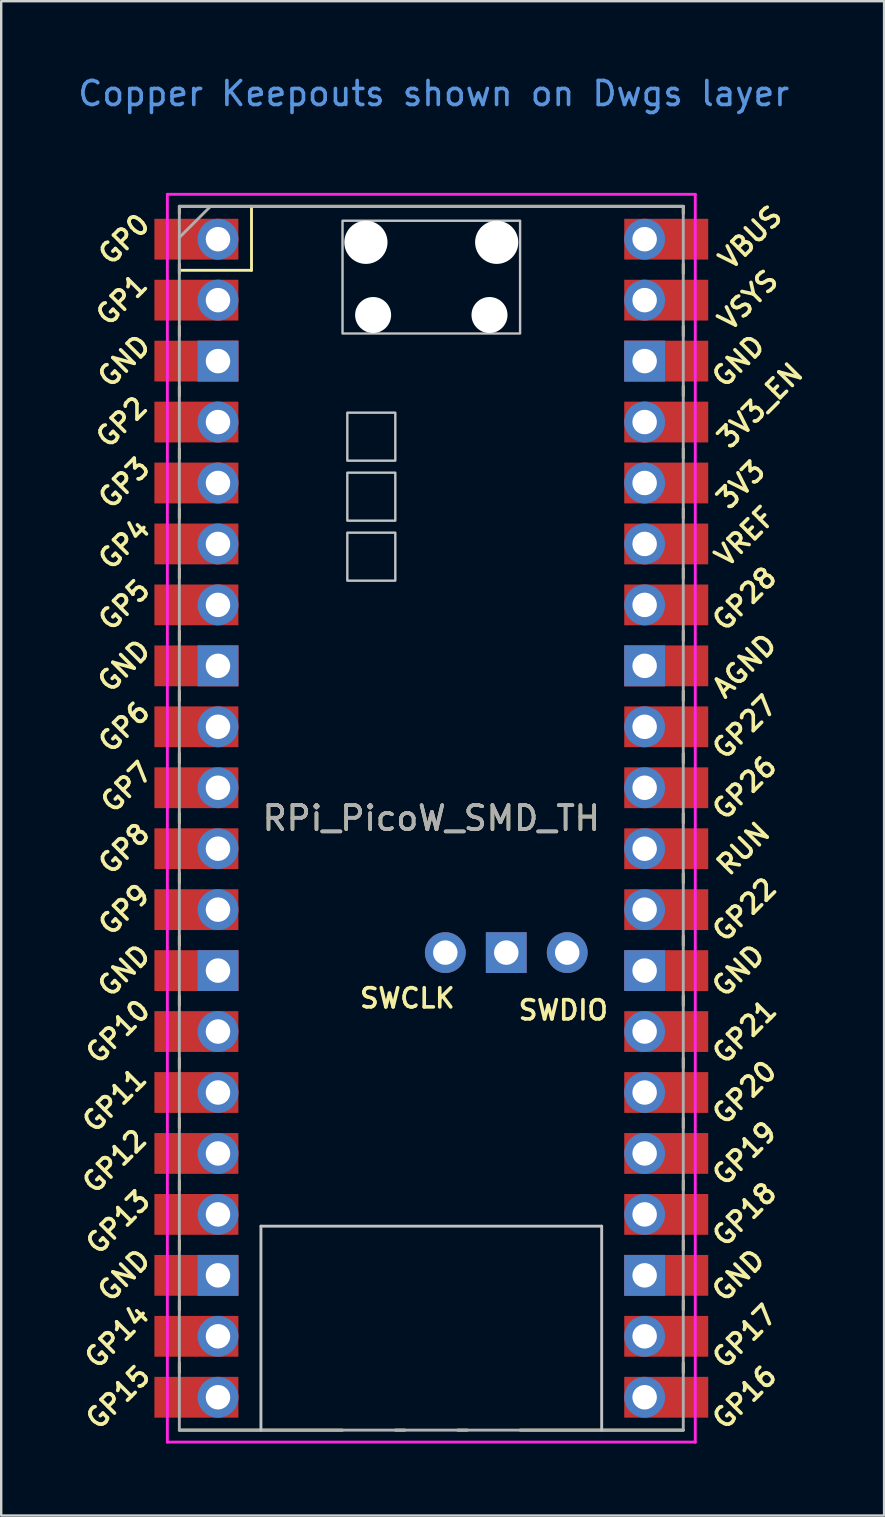
<source format=kicad_pcb>
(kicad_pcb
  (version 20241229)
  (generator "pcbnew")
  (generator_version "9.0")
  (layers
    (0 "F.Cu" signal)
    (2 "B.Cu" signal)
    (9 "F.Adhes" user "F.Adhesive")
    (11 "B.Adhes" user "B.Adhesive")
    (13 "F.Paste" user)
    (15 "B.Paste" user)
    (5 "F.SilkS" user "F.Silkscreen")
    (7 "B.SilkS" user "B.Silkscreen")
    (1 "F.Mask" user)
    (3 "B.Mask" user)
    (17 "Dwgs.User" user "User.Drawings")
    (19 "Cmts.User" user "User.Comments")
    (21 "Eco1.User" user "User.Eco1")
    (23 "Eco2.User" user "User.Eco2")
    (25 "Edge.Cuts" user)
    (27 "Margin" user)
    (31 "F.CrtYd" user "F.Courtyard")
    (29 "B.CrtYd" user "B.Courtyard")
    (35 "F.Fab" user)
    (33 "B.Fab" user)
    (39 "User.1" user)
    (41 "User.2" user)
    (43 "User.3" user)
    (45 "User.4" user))
  (footprint "RPi_PicoW_SMD_TH"
    (layer "F.Cu")
    (at 14.924 31.048)
    (property "Reference" "RPi_PicoW_SMD_TH" (at 0 0 0) (layer "F.SilkS") (effects (font (size 1 1) (thickness 0.15))))
    (attr through_hole)
    (fp_line (start -10.5 -25.5) (end -10.5 -25.2) (stroke (width 0.12) (type solid)) (layer "F.SilkS"))
    (fp_line (start -10.5 -25.5) (end 10.5 -25.5) (stroke (width 0.12) (type solid)) (layer "F.SilkS"))
    (fp_line (start -10.5 -23.1) (end -10.5 -22.7) (stroke (width 0.12) (type solid)) (layer "F.SilkS"))
    (fp_line (start -10.5 -22.833) (end -7.493 -22.833) (stroke (width 0.12) (type solid)) (layer "F.SilkS"))
    (fp_line (start -10.5 -20.5) (end -10.5 -20.1) (stroke (width 0.12) (type solid)) (layer "F.SilkS"))
    (fp_line (start -10.5 -18) (end -10.5 -17.6) (stroke (width 0.12) (type solid)) (layer "F.SilkS"))
    (fp_line (start -10.5 -15.4) (end -10.5 -15) (stroke (width 0.12) (type solid)) (layer "F.SilkS"))
    (fp_line (start -10.5 -12.9) (end -10.5 -12.5) (stroke (width 0.12) (type solid)) (layer "F.SilkS"))
    (fp_line (start -10.5 -10.4) (end -10.5 -10) (stroke (width 0.12) (type solid)) (layer "F.SilkS"))
    (fp_line (start -10.5 -7.8) (end -10.5 -7.4) (stroke (width 0.12) (type solid)) (layer "F.SilkS"))
    (fp_line (start -10.5 -5.3) (end -10.5 -4.9) (stroke (width 0.12) (type solid)) (layer "F.SilkS"))
    (fp_line (start -10.5 -2.7) (end -10.5 -2.3) (stroke (width 0.12) (type solid)) (layer "F.SilkS"))
    (fp_line (start -10.5 -0.2) (end -10.5 0.2) (stroke (width 0.12) (type solid)) (layer "F.SilkS"))
    (fp_line (start -10.5 2.3) (end -10.5 2.7) (stroke (width 0.12) (type solid)) (layer "F.SilkS"))
    (fp_line (start -10.5 4.9) (end -10.5 5.3) (stroke (width 0.12) (type solid)) (layer "F.SilkS"))
    (fp_line (start -10.5 7.4) (end -10.5 7.8) (stroke (width 0.12) (type solid)) (layer "F.SilkS"))
    (fp_line (start -10.5 10) (end -10.5 10.4) (stroke (width 0.12) (type solid)) (layer "F.SilkS"))
    (fp_line (start -10.5 12.5) (end -10.5 12.9) (stroke (width 0.12) (type solid)) (layer "F.SilkS"))
    (fp_line (start -10.5 15.1) (end -10.5 15.5) (stroke (width 0.12) (type solid)) (layer "F.SilkS"))
    (fp_line (start -10.5 17.6) (end -10.5 18) (stroke (width 0.12) (type solid)) (layer "F.SilkS"))
    (fp_line (start -10.5 20.1) (end -10.5 20.5) (stroke (width 0.12) (type solid)) (layer "F.SilkS"))
    (fp_line (start -10.5 22.7) (end -10.5 23.1) (stroke (width 0.12) (type solid)) (layer "F.SilkS"))
    (fp_line (start -7.493 -22.833) (end -7.493 -25.5) (stroke (width 0.12) (type solid)) (layer "F.SilkS"))
    (fp_line (start -3.7 25.5) (end -10.5 25.5) (stroke (width 0.12) (type solid)) (layer "F.SilkS"))
    (fp_line (start -1.5 25.5) (end -1.1 25.5) (stroke (width 0.12) (type solid)) (layer "F.SilkS"))
    (fp_line (start 1.1 25.5) (end 1.5 25.5) (stroke (width 0.12) (type solid)) (layer "F.SilkS"))
    (fp_line (start 10.5 -25.5) (end 10.5 -25.2) (stroke (width 0.12) (type solid)) (layer "F.SilkS"))
    (fp_line (start 10.5 -23.1) (end 10.5 -22.7) (stroke (width 0.12) (type solid)) (layer "F.SilkS"))
    (fp_line (start 10.5 -20.5) (end 10.5 -20.1) (stroke (width 0.12) (type solid)) (layer "F.SilkS"))
    (fp_line (start 10.5 -18) (end 10.5 -17.6) (stroke (width 0.12) (type solid)) (layer "F.SilkS"))
    (fp_line (start 10.5 -15.4) (end 10.5 -15) (stroke (width 0.12) (type solid)) (layer "F.SilkS"))
    (fp_line (start 10.5 -12.9) (end 10.5 -12.5) (stroke (width 0.12) (type solid)) (layer "F.SilkS"))
    (fp_line (start 10.5 -10.4) (end 10.5 -10) (stroke (width 0.12) (type solid)) (layer "F.SilkS"))
    (fp_line (start 10.5 -7.8) (end 10.5 -7.4) (stroke (width 0.12) (type solid)) (layer "F.SilkS"))
    (fp_line (start 10.5 -5.3) (end 10.5 -4.9) (stroke (width 0.12) (type solid)) (layer "F.SilkS"))
    (fp_line (start 10.5 -2.7) (end 10.5 -2.3) (stroke (width 0.12) (type solid)) (layer "F.SilkS"))
    (fp_line (start 10.5 -0.2) (end 10.5 0.2) (stroke (width 0.12) (type solid)) (layer "F.SilkS"))
    (fp_line (start 10.5 2.3) (end 10.5 2.7) (stroke (width 0.12) (type solid)) (layer "F.SilkS"))
    (fp_line (start 10.5 4.9) (end 10.5 5.3) (stroke (width 0.12) (type solid)) (layer "F.SilkS"))
    (fp_line (start 10.5 7.4) (end 10.5 7.8) (stroke (width 0.12) (type solid)) (layer "F.SilkS"))
    (fp_line (start 10.5 10) (end 10.5 10.4) (stroke (width 0.12) (type solid)) (layer "F.SilkS"))
    (fp_line (start 10.5 12.5) (end 10.5 12.9) (stroke (width 0.12) (type solid)) (layer "F.SilkS"))
    (fp_line (start 10.5 15.1) (end 10.5 15.5) (stroke (width 0.12) (type solid)) (layer "F.SilkS"))
    (fp_line (start 10.5 17.6) (end 10.5 18) (stroke (width 0.12) (type solid)) (layer "F.SilkS"))
    (fp_line (start 10.5 20.1) (end 10.5 20.5) (stroke (width 0.12) (type solid)) (layer "F.SilkS"))
    (fp_line (start 10.5 22.7) (end 10.5 23.1) (stroke (width 0.12) (type solid)) (layer "F.SilkS"))
    (fp_line (start 10.5 25.5) (end 3.7 25.5) (stroke (width 0.12) (type solid)) (layer "F.SilkS"))
    (fp_line (start -7.1 17) (end 7.1 17) (stroke (width 0.12) (type solid)) (layer "Dwgs.User"))
    (fp_line (start -7.1 25.5) (end -7.1 17) (stroke (width 0.12) (type solid)) (layer "Dwgs.User"))
    (fp_line (start 7.1 17) (end 7.1 25.5) (stroke (width 0.12) (type solid)) (layer "Dwgs.User"))
    (fp_poly (pts (xy -1.5 -14.9) (xy -3.5 -14.9) (xy -3.5 -16.9) (xy -1.5 -16.9)) (stroke (width 0.1) (type solid)) (fill no) (layer "Dwgs.User"))
    (fp_poly (pts (xy -1.5 -12.4) (xy -3.5 -12.4) (xy -3.5 -14.4) (xy -1.5 -14.4)) (stroke (width 0.1) (type solid)) (fill no) (layer "Dwgs.User"))
    (fp_poly (pts (xy -1.5 -9.9) (xy -3.5 -9.9) (xy -3.5 -11.9) (xy -1.5 -11.9)) (stroke (width 0.1) (type solid)) (fill no) (layer "Dwgs.User"))
    (fp_poly (pts (xy 3.7 -20.2) (xy -3.7 -20.2) (xy -3.7 -24.9) (xy 3.7 -24.9)) (stroke (width 0.1) (type solid)) (fill no) (layer "Dwgs.User"))
    (fp_line (start -11 -26) (end 11 -26) (stroke (width 0.12) (type solid)) (layer "F.CrtYd"))
    (fp_line (start -11 26) (end -11 -26) (stroke (width 0.12) (type solid)) (layer "F.CrtYd"))
    (fp_line (start 11 -26) (end 11 26) (stroke (width 0.12) (type solid)) (layer "F.CrtYd"))
    (fp_line (start 11 26) (end -11 26) (stroke (width 0.12) (type solid)) (layer "F.CrtYd"))
    (fp_line (start -10.5 -25.5) (end 10.5 -25.5) (stroke (width 0.12) (type solid)) (layer "F.Fab"))
    (fp_line (start -10.5 -24.2) (end -9.2 -25.5) (stroke (width 0.12) (type solid)) (layer "F.Fab"))
    (fp_line (start -10.5 25.5) (end -10.5 -25.5) (stroke (width 0.12) (type solid)) (layer "F.Fab"))
    (fp_line (start 10.5 -25.5) (end 10.5 25.5) (stroke (width 0.12) (type solid)) (layer "F.Fab"))
    (fp_line (start 10.5 25.5) (end -10.5 25.5) (stroke (width 0.12) (type solid)) (layer "F.Fab"))
    (fp_text user "GP16" (at 13.054 24.13 45) (layer "F.SilkS") (effects (font (size 0.8 0.8) (thickness 0.15))))
    (fp_text user "GP2" (at -12.9 -16.51 45) (layer "F.SilkS") (effects (font (size 0.8 0.8) (thickness 0.15))))
    (fp_text user "VREF" (at 13.068 -11.742 45) (layer "F.SilkS") (effects (font (size 0.8 0.8) (thickness 0.15))))
    (fp_text user "RUN" (at 13 1.27 45) (layer "F.SilkS") (effects (font (size 0.8 0.8) (thickness 0.15))))
    (fp_text user "GP15" (at -13.054 24.13 45) (layer "F.SilkS") (effects (font (size 0.8 0.8) (thickness 0.15))))
    (fp_text user "GP20" (at 13.054 11.43 45) (layer "F.SilkS") (effects (font (size 0.8 0.8) (thickness 0.15))))
    (fp_text user "GND" (at -12.8 -6.35 45) (layer "F.SilkS") (effects (font (size 0.8 0.8) (thickness 0.15))))
    (fp_text user "GND" (at 12.8 6.35 45) (layer "F.SilkS") (effects (font (size 0.8 0.8) (thickness 0.15))))
    (fp_text user "SWCLK" (at -1 7.5 0) (layer "F.SilkS") (effects (font (size 0.8 0.8) (thickness 0.15))))
    (fp_text user "VBUS" (at 13.3 -24.2 45) (layer "F.SilkS") (effects (font (size 0.8 0.8) (thickness 0.15))))
    (fp_text user "GND" (at -12.8 6.35 45) (layer "F.SilkS") (effects (font (size 0.8 0.8) (thickness 0.15))))
    (fp_text user "GND" (at 12.8 -19.05 45) (layer "F.SilkS") (effects (font (size 0.8 0.8) (thickness 0.15))))
    (fp_text user "GP21" (at 13.054 8.9 45) (layer "F.SilkS") (effects (font (size 0.8 0.8) (thickness 0.15))))
    (fp_text user "GP13" (at -13.054 16.832 45) (layer "F.SilkS") (effects (font (size 0.8 0.8) (thickness 0.15))))
    (fp_text user "3V3" (at 12.9 -13.9 45) (layer "F.SilkS") (effects (font (size 0.8 0.8) (thickness 0.15))))
    (fp_text user "AGND" (at 13.054 -6.35 45) (layer "F.SilkS") (effects (font (size 0.8 0.8) (thickness 0.15))))
    (fp_text user "GP8" (at -12.8 1.27 45) (layer "F.SilkS") (effects (font (size 0.8 0.8) (thickness 0.15))))
    (fp_text user "GP11" (at -13.2 11.752 45) (layer "F.SilkS") (effects (font (size 0.8 0.8) (thickness 0.15))))
    (fp_text user "3V3_EN" (at 13.7 -17.2 45) (layer "F.SilkS") (effects (font (size 0.8 0.8) (thickness 0.15))))
    (fp_text user "GP3" (at -12.8 -13.97 45) (layer "F.SilkS") (effects (font (size 0.8 0.8) (thickness 0.15))))
    (fp_text user "GP18" (at 13.054 16.51 45) (layer "F.SilkS") (effects (font (size 0.8 0.8) (thickness 0.15))))
    (fp_text user "GP9" (at -12.8 3.81 45) (layer "F.SilkS") (effects (font (size 0.8 0.8) (thickness 0.15))))
    (fp_text user "GP17" (at 13.054 21.59 45) (layer "F.SilkS") (effects (font (size 0.8 0.8) (thickness 0.15))))
    (fp_text user "GP19" (at 13.054 13.97 45) (layer "F.SilkS") (effects (font (size 0.8 0.8) (thickness 0.15))))
    (fp_text user "GND" (at 12.8 19.05 45) (layer "F.SilkS") (effects (font (size 0.8 0.8) (thickness 0.15))))
    (fp_text user "GP12" (at -13.2 14.293 45) (layer "F.SilkS") (effects (font (size 0.8 0.8) (thickness 0.15))))
    (fp_text user "GP6" (at -12.8 -3.81 45) (layer "F.SilkS") (effects (font (size 0.8 0.8) (thickness 0.15))))
    (fp_text user "GP26" (at 13.054 -1.27 45) (layer "F.SilkS") (effects (font (size 0.8 0.8) (thickness 0.15))))
    (fp_text user "GND" (at -12.8 -19.05 45) (layer "F.SilkS") (effects (font (size 0.8 0.8) (thickness 0.15))))
    (fp_text user "GP28" (at 13.054 -9.144 45) (layer "F.SilkS") (effects (font (size 0.8 0.8) (thickness 0.15))))
    (fp_text user "GP4" (at -12.8 -11.43 45) (layer "F.SilkS") (effects (font (size 0.8 0.8) (thickness 0.15))))
    (fp_text user "GP1" (at -12.9 -21.6 45) (layer "F.SilkS") (effects (font (size 0.8 0.8) (thickness 0.15))))
    (fp_text user "GP0" (at -12.8 -24.13 45) (layer "F.SilkS") (effects (font (size 0.8 0.8) (thickness 0.15))))
    (fp_text user "GP7" (at -12.7 -1.3 45) (layer "F.SilkS") (effects (font (size 0.8 0.8) (thickness 0.15))))
    (fp_text user "GP10" (at -13.054 8.89 45) (layer "F.SilkS") (effects (font (size 0.8 0.8) (thickness 0.15))))
    (fp_text user "GP14" (at -13.1 21.59 45) (layer "F.SilkS") (effects (font (size 0.8 0.8) (thickness 0.15))))
    (fp_text user "GP5" (at -12.8 -8.89 45) (layer "F.SilkS") (effects (font (size 0.8 0.8) (thickness 0.15))))
    (fp_text user "GP27" (at 13.054 -3.8 45) (layer "F.SilkS") (effects (font (size 0.8 0.8) (thickness 0.15))))
    (fp_text user "GND" (at -12.8 19.05 45) (layer "F.SilkS") (effects (font (size 0.8 0.8) (thickness 0.15))))
    (fp_text user "VSYS" (at 13.2 -21.59 45) (layer "F.SilkS") (effects (font (size 0.8 0.8) (thickness 0.15))))
    (fp_text user "GP22" (at 13.054 3.81 45) (layer "F.SilkS") (effects (font (size 0.8 0.8) (thickness 0.15))))
    (fp_text user "SWDIO" (at 5.5 8 0) (layer "F.SilkS") (effects (font (size 0.8 0.8) (thickness 0.15))))
    (fp_text user "Copper Keepouts shown on Dwgs layer" (at 0.1 -30.2 0) (layer "Cmts.User") (effects (font (size 1 1) (thickness 0.15))))
    (fp_text user "${REFERENCE}" (at 0 0 180) (layer "F.Fab") (effects (font (size 1 1) (thickness 0.15))))
    (pad "" np_thru_hole oval (at -2.725 -24) (size 1.8 1.8) (drill 1.8) (layers "*.Cu" "*.Mask"))
    (pad "" np_thru_hole oval (at -2.425 -20.97) (size 1.5 1.5) (drill 1.5) (layers "*.Cu" "*.Mask"))
    (pad "" np_thru_hole oval (at 2.425 -20.97) (size 1.5 1.5) (drill 1.5) (layers "*.Cu" "*.Mask"))
    (pad "" np_thru_hole oval (at 2.725 -24) (size 1.8 1.8) (drill 1.8) (layers "*.Cu" "*.Mask"))
    (pad "1" thru_hole oval (at -8.89 -24.13) (size 1.7 1.7) (drill 1.02) (layers "*.Cu" "*.Mask"))
    (pad "1" smd rect (at -8.89 -24.13) (size 3.5 1.7) (drill (offset -0.9 0)) (layers "F.Cu" "F.Mask"))
    (pad "2" thru_hole oval (at -8.89 -21.59) (size 1.7 1.7) (drill 1.02) (layers "*.Cu" "*.Mask"))
    (pad "2" smd rect (at -8.89 -21.59) (size 3.5 1.7) (drill (offset -0.9 0)) (layers "F.Cu" "F.Mask"))
    (pad "3" thru_hole rect (at -8.89 -19.05) (size 1.7 1.7) (drill 1.02) (layers "*.Cu" "*.Mask"))
    (pad "3" smd rect (at -8.89 -19.05) (size 3.5 1.7) (drill (offset -0.9 0)) (layers "F.Cu" "F.Mask"))
    (pad "4" thru_hole oval (at -8.89 -16.51) (size 1.7 1.7) (drill 1.02) (layers "*.Cu" "*.Mask"))
    (pad "4" smd rect (at -8.89 -16.51) (size 3.5 1.7) (drill (offset -0.9 0)) (layers "F.Cu" "F.Mask"))
    (pad "5" thru_hole oval (at -8.89 -13.97) (size 1.7 1.7) (drill 1.02) (layers "*.Cu" "*.Mask"))
    (pad "5" smd rect (at -8.89 -13.97) (size 3.5 1.7) (drill (offset -0.9 0)) (layers "F.Cu" "F.Mask"))
    (pad "6" thru_hole oval (at -8.89 -11.43) (size 1.7 1.7) (drill 1.02) (layers "*.Cu" "*.Mask"))
    (pad "6" smd rect (at -8.89 -11.43) (size 3.5 1.7) (drill (offset -0.9 0)) (layers "F.Cu" "F.Mask"))
    (pad "7" thru_hole oval (at -8.89 -8.89) (size 1.7 1.7) (drill 1.02) (layers "*.Cu" "*.Mask"))
    (pad "7" smd rect (at -8.89 -8.89) (size 3.5 1.7) (drill (offset -0.9 0)) (layers "F.Cu" "F.Mask"))
    (pad "8" thru_hole rect (at -8.89 -6.35) (size 1.7 1.7) (drill 1.02) (layers "*.Cu" "*.Mask"))
    (pad "8" smd rect (at -8.89 -6.35) (size 3.5 1.7) (drill (offset -0.9 0)) (layers "F.Cu" "F.Mask"))
    (pad "9" thru_hole oval (at -8.89 -3.81) (size 1.7 1.7) (drill 1.02) (layers "*.Cu" "*.Mask"))
    (pad "9" smd rect (at -8.89 -3.81) (size 3.5 1.7) (drill (offset -0.9 0)) (layers "F.Cu" "F.Mask"))
    (pad "10" thru_hole oval (at -8.89 -1.27) (size 1.7 1.7) (drill 1.02) (layers "*.Cu" "*.Mask"))
    (pad "10" smd rect (at -8.89 -1.27) (size 3.5 1.7) (drill (offset -0.9 0)) (layers "F.Cu" "F.Mask"))
    (pad "11" thru_hole oval (at -8.89 1.27) (size 1.7 1.7) (drill 1.02) (layers "*.Cu" "*.Mask"))
    (pad "11" smd rect (at -8.89 1.27) (size 3.5 1.7) (drill (offset -0.9 0)) (layers "F.Cu" "F.Mask"))
    (pad "12" thru_hole oval (at -8.89 3.81) (size 1.7 1.7) (drill 1.02) (layers "*.Cu" "*.Mask"))
    (pad "12" smd rect (at -8.89 3.81) (size 3.5 1.7) (drill (offset -0.9 0)) (layers "F.Cu" "F.Mask"))
    (pad "13" thru_hole rect (at -8.89 6.35) (size 1.7 1.7) (drill 1.02) (layers "*.Cu" "*.Mask"))
    (pad "13" smd rect (at -8.89 6.35) (size 3.5 1.7) (drill (offset -0.9 0)) (layers "F.Cu" "F.Mask"))
    (pad "14" thru_hole oval (at -8.89 8.89) (size 1.7 1.7) (drill 1.02) (layers "*.Cu" "*.Mask"))
    (pad "14" smd rect (at -8.89 8.89) (size 3.5 1.7) (drill (offset -0.9 0)) (layers "F.Cu" "F.Mask"))
    (pad "15" thru_hole oval (at -8.89 11.43) (size 1.7 1.7) (drill 1.02) (layers "*.Cu" "*.Mask"))
    (pad "15" smd rect (at -8.89 11.43) (size 3.5 1.7) (drill (offset -0.9 0)) (layers "F.Cu" "F.Mask"))
    (pad "16" thru_hole oval (at -8.89 13.97) (size 1.7 1.7) (drill 1.02) (layers "*.Cu" "*.Mask"))
    (pad "16" smd rect (at -8.89 13.97) (size 3.5 1.7) (drill (offset -0.9 0)) (layers "F.Cu" "F.Mask"))
    (pad "17" thru_hole oval (at -8.89 16.51) (size 1.7 1.7) (drill 1.02) (layers "*.Cu" "*.Mask"))
    (pad "17" smd rect (at -8.89 16.51) (size 3.5 1.7) (drill (offset -0.9 0)) (layers "F.Cu" "F.Mask"))
    (pad "18" thru_hole rect (at -8.89 19.05) (size 1.7 1.7) (drill 1.02) (layers "*.Cu" "*.Mask"))
    (pad "18" smd rect (at -8.89 19.05) (size 3.5 1.7) (drill (offset -0.9 0)) (layers "F.Cu" "F.Mask"))
    (pad "19" thru_hole oval (at -8.89 21.59) (size 1.7 1.7) (drill 1.02) (layers "*.Cu" "*.Mask"))
    (pad "19" smd rect (at -8.89 21.59) (size 3.5 1.7) (drill (offset -0.9 0)) (layers "F.Cu" "F.Mask"))
    (pad "20" thru_hole oval (at -8.89 24.13) (size 1.7 1.7) (drill 1.02) (layers "*.Cu" "*.Mask"))
    (pad "20" smd rect (at -8.89 24.13) (size 3.5 1.7) (drill (offset -0.9 0)) (layers "F.Cu" "F.Mask"))
    (pad "21" thru_hole oval (at 8.89 24.13) (size 1.7 1.7) (drill 1.02) (layers "*.Cu" "*.Mask"))
    (pad "21" smd rect (at 8.89 24.13) (size 3.5 1.7) (drill (offset 0.9 0)) (layers "F.Cu" "F.Mask"))
    (pad "22" thru_hole oval (at 8.89 21.59) (size 1.7 1.7) (drill 1.02) (layers "*.Cu" "*.Mask"))
    (pad "22" smd rect (at 8.89 21.59) (size 3.5 1.7) (drill (offset 0.9 0)) (layers "F.Cu" "F.Mask"))
    (pad "23" thru_hole rect (at 8.89 19.05) (size 1.7 1.7) (drill 1.02) (layers "*.Cu" "*.Mask"))
    (pad "23" smd rect (at 8.89 19.05) (size 3.5 1.7) (drill (offset 0.9 0)) (layers "F.Cu" "F.Mask"))
    (pad "24" thru_hole oval (at 8.89 16.51) (size 1.7 1.7) (drill 1.02) (layers "*.Cu" "*.Mask"))
    (pad "24" smd rect (at 8.89 16.51) (size 3.5 1.7) (drill (offset 0.9 0)) (layers "F.Cu" "F.Mask"))
    (pad "25" thru_hole oval (at 8.89 13.97) (size 1.7 1.7) (drill 1.02) (layers "*.Cu" "*.Mask"))
    (pad "25" smd rect (at 8.89 13.97) (size 3.5 1.7) (drill (offset 0.9 0)) (layers "F.Cu" "F.Mask"))
    (pad "26" thru_hole oval (at 8.89 11.43) (size 1.7 1.7) (drill 1.02) (layers "*.Cu" "*.Mask"))
    (pad "26" smd rect (at 8.89 11.43) (size 3.5 1.7) (drill (offset 0.9 0)) (layers "F.Cu" "F.Mask"))
    (pad "27" thru_hole oval (at 8.89 8.89) (size 1.7 1.7) (drill 1.02) (layers "*.Cu" "*.Mask"))
    (pad "27" smd rect (at 8.89 8.89) (size 3.5 1.7) (drill (offset 0.9 0)) (layers "F.Cu" "F.Mask"))
    (pad "28" thru_hole rect (at 8.89 6.35) (size 1.7 1.7) (drill 1.02) (layers "*.Cu" "*.Mask"))
    (pad "28" smd rect (at 8.89 6.35) (size 3.5 1.7) (drill (offset 0.9 0)) (layers "F.Cu" "F.Mask"))
    (pad "29" thru_hole oval (at 8.89 3.81) (size 1.7 1.7) (drill 1.02) (layers "*.Cu" "*.Mask"))
    (pad "29" smd rect (at 8.89 3.81) (size 3.5 1.7) (drill (offset 0.9 0)) (layers "F.Cu" "F.Mask"))
    (pad "30" thru_hole oval (at 8.89 1.27) (size 1.7 1.7) (drill 1.02) (layers "*.Cu" "*.Mask"))
    (pad "30" smd rect (at 8.89 1.27) (size 3.5 1.7) (drill (offset 0.9 0)) (layers "F.Cu" "F.Mask"))
    (pad "31" thru_hole oval (at 8.89 -1.27) (size 1.7 1.7) (drill 1.02) (layers "*.Cu" "*.Mask"))
    (pad "31" smd rect (at 8.89 -1.27) (size 3.5 1.7) (drill (offset 0.9 0)) (layers "F.Cu" "F.Mask"))
    (pad "32" thru_hole oval (at 8.89 -3.81) (size 1.7 1.7) (drill 1.02) (layers "*.Cu" "*.Mask"))
    (pad "32" smd rect (at 8.89 -3.81) (size 3.5 1.7) (drill (offset 0.9 0)) (layers "F.Cu" "F.Mask"))
    (pad "33" thru_hole rect (at 8.89 -6.35) (size 1.7 1.7) (drill 1.02) (layers "*.Cu" "*.Mask"))
    (pad "33" smd rect (at 8.89 -6.35) (size 3.5 1.7) (drill (offset 0.9 0)) (layers "F.Cu" "F.Mask"))
    (pad "34" thru_hole oval (at 8.89 -8.89) (size 1.7 1.7) (drill 1.02) (layers "*.Cu" "*.Mask"))
    (pad "34" smd rect (at 8.89 -8.89) (size 3.5 1.7) (drill (offset 0.9 0)) (layers "F.Cu" "F.Mask"))
    (pad "35" thru_hole oval (at 8.89 -11.43) (size 1.7 1.7) (drill 1.02) (layers "*.Cu" "*.Mask"))
    (pad "35" smd rect (at 8.89 -11.43) (size 3.5 1.7) (drill (offset 0.9 0)) (layers "F.Cu" "F.Mask"))
    (pad "36" thru_hole oval (at 8.89 -13.97) (size 1.7 1.7) (drill 1.02) (layers "*.Cu" "*.Mask"))
    (pad "36" smd rect (at 8.89 -13.97) (size 3.5 1.7) (drill (offset 0.9 0)) (layers "F.Cu" "F.Mask"))
    (pad "37" thru_hole oval (at 8.89 -16.51) (size 1.7 1.7) (drill 1.02) (layers "*.Cu" "*.Mask"))
    (pad "37" smd rect (at 8.89 -16.51) (size 3.5 1.7) (drill (offset 0.9 0)) (layers "F.Cu" "F.Mask"))
    (pad "38" thru_hole rect (at 8.89 -19.05) (size 1.7 1.7) (drill 1.02) (layers "*.Cu" "*.Mask"))
    (pad "38" smd rect (at 8.89 -19.05) (size 3.5 1.7) (drill (offset 0.9 0)) (layers "F.Cu" "F.Mask"))
    (pad "39" thru_hole oval (at 8.89 -21.59) (size 1.7 1.7) (drill 1.02) (layers "*.Cu" "*.Mask"))
    (pad "39" smd rect (at 8.89 -21.59) (size 3.5 1.7) (drill (offset 0.9 0)) (layers "F.Cu" "F.Mask"))
    (pad "40" thru_hole oval (at 8.89 -24.13) (size 1.7 1.7) (drill 1.02) (layers "*.Cu" "*.Mask"))
    (pad "40" smd rect (at 8.89 -24.13) (size 3.5 1.7) (drill (offset 0.9 0)) (layers "F.Cu" "F.Mask"))
    (pad "41" thru_hole oval (at 0.584 5.6) (size 1.7 1.7) (drill 1.02) (layers "*.Cu" "*.Mask"))
    (pad "42" thru_hole rect (at 3.124 5.6) (size 1.7 1.7) (drill 1.02) (layers "*.Cu" "*.Mask"))
    (pad "43" thru_hole oval (at 5.664 5.6) (size 1.7 1.7) (drill 1.02) (layers "*.Cu" "*.Mask")))
  (gr_rect
    (start -3 -3)
    (end 33.793 60.108)
    (stroke (width 0.1) (type default))
    (fill no)
    (layer "Edge.Cuts")))
</source>
